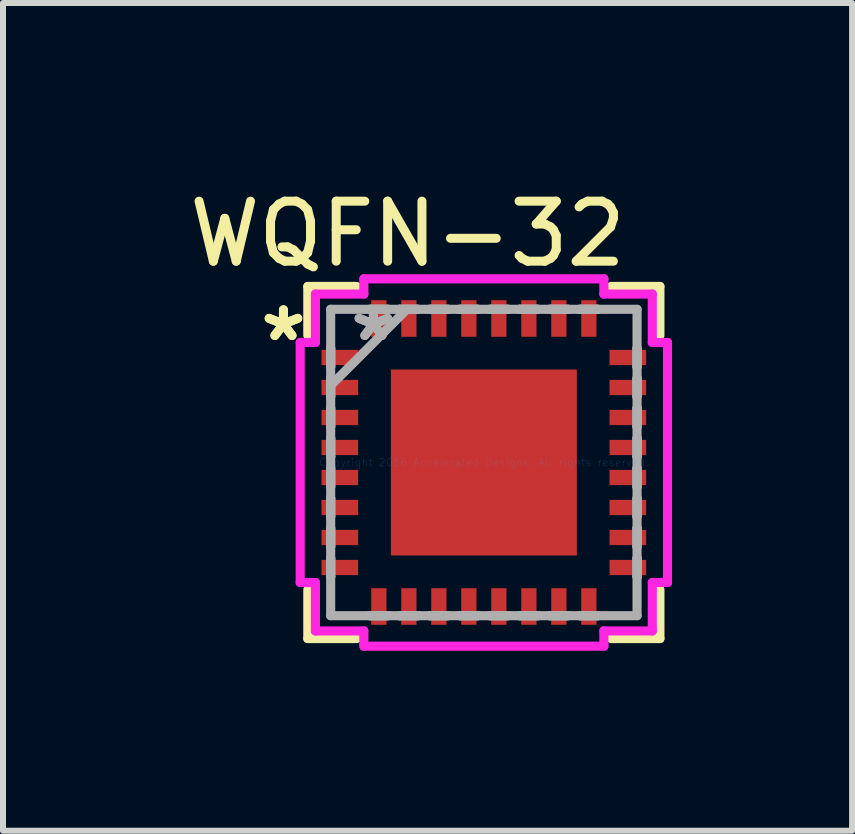
<source format=kicad_pcb>
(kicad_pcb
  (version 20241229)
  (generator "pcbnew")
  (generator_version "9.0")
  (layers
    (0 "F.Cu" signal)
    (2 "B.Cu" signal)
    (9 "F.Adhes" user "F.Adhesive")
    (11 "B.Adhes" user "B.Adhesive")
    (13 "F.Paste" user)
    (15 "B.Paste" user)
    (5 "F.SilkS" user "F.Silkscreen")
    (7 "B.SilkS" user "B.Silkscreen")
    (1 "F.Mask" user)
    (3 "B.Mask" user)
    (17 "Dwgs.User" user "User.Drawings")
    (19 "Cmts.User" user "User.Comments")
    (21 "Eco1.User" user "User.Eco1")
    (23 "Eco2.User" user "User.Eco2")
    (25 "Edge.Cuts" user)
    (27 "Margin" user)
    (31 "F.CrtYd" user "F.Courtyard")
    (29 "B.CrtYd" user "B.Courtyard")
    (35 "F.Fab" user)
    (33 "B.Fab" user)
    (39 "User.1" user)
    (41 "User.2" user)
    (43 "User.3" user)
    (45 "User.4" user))
  (footprint "WQFN-32"
    (layer "F.Cu")
    (at 5.014 4.658)
    (property "Reference" "WQFN-32" (at -1.27 -3.81 0) (layer "F.SilkS") (effects (font (size 1 1) (thickness 0.15))))
    (attr smd)
    (fp_line (start -2.934 -2.934) (end -2.934 -2.119) (stroke (width 0.152) (type solid)) (layer "F.SilkS"))
    (fp_line (start -2.934 2.119) (end -2.934 2.934) (stroke (width 0.152) (type solid)) (layer "F.SilkS"))
    (fp_line (start -2.934 2.934) (end -2.119 2.934) (stroke (width 0.152) (type solid)) (layer "F.SilkS"))
    (fp_line (start -2.119 -2.934) (end -2.934 -2.934) (stroke (width 0.152) (type solid)) (layer "F.SilkS"))
    (fp_line (start 2.119 2.934) (end 2.934 2.934) (stroke (width 0.152) (type solid)) (layer "F.SilkS"))
    (fp_line (start 2.934 -2.934) (end 2.119 -2.934) (stroke (width 0.152) (type solid)) (layer "F.SilkS"))
    (fp_line (start 2.934 -2.119) (end 2.934 -2.934) (stroke (width 0.152) (type solid)) (layer "F.SilkS"))
    (fp_line (start 2.934 2.934) (end 2.934 2.119) (stroke (width 0.152) (type solid)) (layer "F.SilkS"))
    (fp_line (start -2.908 -1.877) (end -2.908 -1.623) (stroke (width 0.152) (type solid)) (layer "F.Paste"))
    (fp_line (start -2.908 -1.623) (end -2.299 -1.623) (stroke (width 0.152) (type solid)) (layer "F.Paste"))
    (fp_line (start -2.908 -1.377) (end -2.908 -1.123) (stroke (width 0.152) (type solid)) (layer "F.Paste"))
    (fp_line (start -2.908 -1.123) (end -2.299 -1.123) (stroke (width 0.152) (type solid)) (layer "F.Paste"))
    (fp_line (start -2.908 -0.877) (end -2.908 -0.623) (stroke (width 0.152) (type solid)) (layer "F.Paste"))
    (fp_line (start -2.908 -0.623) (end -2.299 -0.623) (stroke (width 0.152) (type solid)) (layer "F.Paste"))
    (fp_line (start -2.908 -0.377) (end -2.908 -0.123) (stroke (width 0.152) (type solid)) (layer "F.Paste"))
    (fp_line (start -2.908 -0.123) (end -2.299 -0.123) (stroke (width 0.152) (type solid)) (layer "F.Paste"))
    (fp_line (start -2.908 0.123) (end -2.908 0.377) (stroke (width 0.152) (type solid)) (layer "F.Paste"))
    (fp_line (start -2.908 0.377) (end -2.299 0.377) (stroke (width 0.152) (type solid)) (layer "F.Paste"))
    (fp_line (start -2.908 0.623) (end -2.908 0.877) (stroke (width 0.152) (type solid)) (layer "F.Paste"))
    (fp_line (start -2.908 0.877) (end -2.299 0.877) (stroke (width 0.152) (type solid)) (layer "F.Paste"))
    (fp_line (start -2.908 1.123) (end -2.908 1.377) (stroke (width 0.152) (type solid)) (layer "F.Paste"))
    (fp_line (start -2.908 1.377) (end -2.299 1.377) (stroke (width 0.152) (type solid)) (layer "F.Paste"))
    (fp_line (start -2.908 1.623) (end -2.908 1.877) (stroke (width 0.152) (type solid)) (layer "F.Paste"))
    (fp_line (start -2.908 1.877) (end -2.299 1.877) (stroke (width 0.152) (type solid)) (layer "F.Paste"))
    (fp_line (start -2.299 -1.877) (end -2.908 -1.877) (stroke (width 0.152) (type solid)) (layer "F.Paste"))
    (fp_line (start -2.299 -1.623) (end -2.299 -1.877) (stroke (width 0.152) (type solid)) (layer "F.Paste"))
    (fp_line (start -2.299 -1.377) (end -2.908 -1.377) (stroke (width 0.152) (type solid)) (layer "F.Paste"))
    (fp_line (start -2.299 -1.123) (end -2.299 -1.377) (stroke (width 0.152) (type solid)) (layer "F.Paste"))
    (fp_line (start -2.299 -0.877) (end -2.908 -0.877) (stroke (width 0.152) (type solid)) (layer "F.Paste"))
    (fp_line (start -2.299 -0.623) (end -2.299 -0.877) (stroke (width 0.152) (type solid)) (layer "F.Paste"))
    (fp_line (start -2.299 -0.377) (end -2.908 -0.377) (stroke (width 0.152) (type solid)) (layer "F.Paste"))
    (fp_line (start -2.299 -0.123) (end -2.299 -0.377) (stroke (width 0.152) (type solid)) (layer "F.Paste"))
    (fp_line (start -2.299 0.123) (end -2.908 0.123) (stroke (width 0.152) (type solid)) (layer "F.Paste"))
    (fp_line (start -2.299 0.377) (end -2.299 0.123) (stroke (width 0.152) (type solid)) (layer "F.Paste"))
    (fp_line (start -2.299 0.623) (end -2.908 0.623) (stroke (width 0.152) (type solid)) (layer "F.Paste"))
    (fp_line (start -2.299 0.877) (end -2.299 0.623) (stroke (width 0.152) (type solid)) (layer "F.Paste"))
    (fp_line (start -2.299 1.123) (end -2.908 1.123) (stroke (width 0.152) (type solid)) (layer "F.Paste"))
    (fp_line (start -2.299 1.377) (end -2.299 1.123) (stroke (width 0.152) (type solid)) (layer "F.Paste"))
    (fp_line (start -2.299 1.623) (end -2.908 1.623) (stroke (width 0.152) (type solid)) (layer "F.Paste"))
    (fp_line (start -2.299 1.877) (end -2.299 1.623) (stroke (width 0.152) (type solid)) (layer "F.Paste"))
    (fp_line (start -1.877 -2.908) (end -1.877 -2.299) (stroke (width 0.152) (type solid)) (layer "F.Paste"))
    (fp_line (start -1.877 -2.299) (end -1.623 -2.299) (stroke (width 0.152) (type solid)) (layer "F.Paste"))
    (fp_line (start -1.877 2.299) (end -1.877 2.908) (stroke (width 0.152) (type solid)) (layer "F.Paste"))
    (fp_line (start -1.877 2.908) (end -1.623 2.908) (stroke (width 0.152) (type solid)) (layer "F.Paste"))
    (fp_line (start -1.623 -2.908) (end -1.877 -2.908) (stroke (width 0.152) (type solid)) (layer "F.Paste"))
    (fp_line (start -1.623 -2.299) (end -1.623 -2.908) (stroke (width 0.152) (type solid)) (layer "F.Paste"))
    (fp_line (start -1.623 2.299) (end -1.877 2.299) (stroke (width 0.152) (type solid)) (layer "F.Paste"))
    (fp_line (start -1.623 2.908) (end -1.623 2.299) (stroke (width 0.152) (type solid)) (layer "F.Paste"))
    (fp_line (start -1.395 -1.395) (end -1.395 -0.1) (stroke (width 0.152) (type solid)) (layer "F.Paste"))
    (fp_line (start -1.395 -0.1) (end -0.1 -0.1) (stroke (width 0.152) (type solid)) (layer "F.Paste"))
    (fp_line (start -1.395 0.1) (end -1.395 1.395) (stroke (width 0.152) (type solid)) (layer "F.Paste"))
    (fp_line (start -1.395 1.395) (end -0.1 1.395) (stroke (width 0.152) (type solid)) (layer "F.Paste"))
    (fp_line (start -1.377 -2.908) (end -1.377 -2.299) (stroke (width 0.152) (type solid)) (layer "F.Paste"))
    (fp_line (start -1.377 -2.299) (end -1.123 -2.299) (stroke (width 0.152) (type solid)) (layer "F.Paste"))
    (fp_line (start -1.377 2.299) (end -1.377 2.908) (stroke (width 0.152) (type solid)) (layer "F.Paste"))
    (fp_line (start -1.377 2.908) (end -1.123 2.908) (stroke (width 0.152) (type solid)) (layer "F.Paste"))
    (fp_line (start -1.123 -2.908) (end -1.377 -2.908) (stroke (width 0.152) (type solid)) (layer "F.Paste"))
    (fp_line (start -1.123 -2.299) (end -1.123 -2.908) (stroke (width 0.152) (type solid)) (layer "F.Paste"))
    (fp_line (start -1.123 2.299) (end -1.377 2.299) (stroke (width 0.152) (type solid)) (layer "F.Paste"))
    (fp_line (start -1.123 2.908) (end -1.123 2.299) (stroke (width 0.152) (type solid)) (layer "F.Paste"))
    (fp_line (start -0.877 -2.908) (end -0.877 -2.299) (stroke (width 0.152) (type solid)) (layer "F.Paste"))
    (fp_line (start -0.877 -2.299) (end -0.623 -2.299) (stroke (width 0.152) (type solid)) (layer "F.Paste"))
    (fp_line (start -0.877 2.299) (end -0.877 2.908) (stroke (width 0.152) (type solid)) (layer "F.Paste"))
    (fp_line (start -0.877 2.908) (end -0.623 2.908) (stroke (width 0.152) (type solid)) (layer "F.Paste"))
    (fp_line (start -0.623 -2.908) (end -0.877 -2.908) (stroke (width 0.152) (type solid)) (layer "F.Paste"))
    (fp_line (start -0.623 -2.299) (end -0.623 -2.908) (stroke (width 0.152) (type solid)) (layer "F.Paste"))
    (fp_line (start -0.623 2.299) (end -0.877 2.299) (stroke (width 0.152) (type solid)) (layer "F.Paste"))
    (fp_line (start -0.623 2.908) (end -0.623 2.299) (stroke (width 0.152) (type solid)) (layer "F.Paste"))
    (fp_line (start -0.377 -2.908) (end -0.377 -2.299) (stroke (width 0.152) (type solid)) (layer "F.Paste"))
    (fp_line (start -0.377 -2.299) (end -0.123 -2.299) (stroke (width 0.152) (type solid)) (layer "F.Paste"))
    (fp_line (start -0.377 2.299) (end -0.377 2.908) (stroke (width 0.152) (type solid)) (layer "F.Paste"))
    (fp_line (start -0.377 2.908) (end -0.123 2.908) (stroke (width 0.152) (type solid)) (layer "F.Paste"))
    (fp_line (start -0.123 -2.908) (end -0.377 -2.908) (stroke (width 0.152) (type solid)) (layer "F.Paste"))
    (fp_line (start -0.123 -2.299) (end -0.123 -2.908) (stroke (width 0.152) (type solid)) (layer "F.Paste"))
    (fp_line (start -0.123 2.299) (end -0.377 2.299) (stroke (width 0.152) (type solid)) (layer "F.Paste"))
    (fp_line (start -0.123 2.908) (end -0.123 2.299) (stroke (width 0.152) (type solid)) (layer "F.Paste"))
    (fp_line (start -0.1 -1.395) (end -1.395 -1.395) (stroke (width 0.152) (type solid)) (layer "F.Paste"))
    (fp_line (start -0.1 -0.1) (end -0.1 -1.395) (stroke (width 0.152) (type solid)) (layer "F.Paste"))
    (fp_line (start -0.1 0.1) (end -1.395 0.1) (stroke (width 0.152) (type solid)) (layer "F.Paste"))
    (fp_line (start -0.1 1.395) (end -0.1 0.1) (stroke (width 0.152) (type solid)) (layer "F.Paste"))
    (fp_line (start 0.1 -1.395) (end 0.1 -0.1) (stroke (width 0.152) (type solid)) (layer "F.Paste"))
    (fp_line (start 0.1 -0.1) (end 1.395 -0.1) (stroke (width 0.152) (type solid)) (layer "F.Paste"))
    (fp_line (start 0.1 0.1) (end 0.1 1.395) (stroke (width 0.152) (type solid)) (layer "F.Paste"))
    (fp_line (start 0.1 1.395) (end 1.395 1.395) (stroke (width 0.152) (type solid)) (layer "F.Paste"))
    (fp_line (start 0.123 -2.908) (end 0.123 -2.299) (stroke (width 0.152) (type solid)) (layer "F.Paste"))
    (fp_line (start 0.123 -2.299) (end 0.377 -2.299) (stroke (width 0.152) (type solid)) (layer "F.Paste"))
    (fp_line (start 0.123 2.299) (end 0.123 2.908) (stroke (width 0.152) (type solid)) (layer "F.Paste"))
    (fp_line (start 0.123 2.908) (end 0.377 2.908) (stroke (width 0.152) (type solid)) (layer "F.Paste"))
    (fp_line (start 0.377 -2.908) (end 0.123 -2.908) (stroke (width 0.152) (type solid)) (layer "F.Paste"))
    (fp_line (start 0.377 -2.299) (end 0.377 -2.908) (stroke (width 0.152) (type solid)) (layer "F.Paste"))
    (fp_line (start 0.377 2.299) (end 0.123 2.299) (stroke (width 0.152) (type solid)) (layer "F.Paste"))
    (fp_line (start 0.377 2.908) (end 0.377 2.299) (stroke (width 0.152) (type solid)) (layer "F.Paste"))
    (fp_line (start 0.623 -2.908) (end 0.623 -2.299) (stroke (width 0.152) (type solid)) (layer "F.Paste"))
    (fp_line (start 0.623 -2.299) (end 0.877 -2.299) (stroke (width 0.152) (type solid)) (layer "F.Paste"))
    (fp_line (start 0.623 2.299) (end 0.623 2.908) (stroke (width 0.152) (type solid)) (layer "F.Paste"))
    (fp_line (start 0.623 2.908) (end 0.877 2.908) (stroke (width 0.152) (type solid)) (layer "F.Paste"))
    (fp_line (start 0.877 -2.908) (end 0.623 -2.908) (stroke (width 0.152) (type solid)) (layer "F.Paste"))
    (fp_line (start 0.877 -2.299) (end 0.877 -2.908) (stroke (width 0.152) (type solid)) (layer "F.Paste"))
    (fp_line (start 0.877 2.299) (end 0.623 2.299) (stroke (width 0.152) (type solid)) (layer "F.Paste"))
    (fp_line (start 0.877 2.908) (end 0.877 2.299) (stroke (width 0.152) (type solid)) (layer "F.Paste"))
    (fp_line (start 1.123 -2.908) (end 1.123 -2.299) (stroke (width 0.152) (type solid)) (layer "F.Paste"))
    (fp_line (start 1.123 -2.299) (end 1.377 -2.299) (stroke (width 0.152) (type solid)) (layer "F.Paste"))
    (fp_line (start 1.123 2.299) (end 1.123 2.908) (stroke (width 0.152) (type solid)) (layer "F.Paste"))
    (fp_line (start 1.123 2.908) (end 1.377 2.908) (stroke (width 0.152) (type solid)) (layer "F.Paste"))
    (fp_line (start 1.377 -2.908) (end 1.123 -2.908) (stroke (width 0.152) (type solid)) (layer "F.Paste"))
    (fp_line (start 1.377 -2.299) (end 1.377 -2.908) (stroke (width 0.152) (type solid)) (layer "F.Paste"))
    (fp_line (start 1.377 2.299) (end 1.123 2.299) (stroke (width 0.152) (type solid)) (layer "F.Paste"))
    (fp_line (start 1.377 2.908) (end 1.377 2.299) (stroke (width 0.152) (type solid)) (layer "F.Paste"))
    (fp_line (start 1.395 -1.395) (end 0.1 -1.395) (stroke (width 0.152) (type solid)) (layer "F.Paste"))
    (fp_line (start 1.395 -0.1) (end 1.395 -1.395) (stroke (width 0.152) (type solid)) (layer "F.Paste"))
    (fp_line (start 1.395 0.1) (end 0.1 0.1) (stroke (width 0.152) (type solid)) (layer "F.Paste"))
    (fp_line (start 1.395 1.395) (end 1.395 0.1) (stroke (width 0.152) (type solid)) (layer "F.Paste"))
    (fp_line (start 1.623 -2.908) (end 1.623 -2.299) (stroke (width 0.152) (type solid)) (layer "F.Paste"))
    (fp_line (start 1.623 -2.299) (end 1.877 -2.299) (stroke (width 0.152) (type solid)) (layer "F.Paste"))
    (fp_line (start 1.623 2.299) (end 1.623 2.908) (stroke (width 0.152) (type solid)) (layer "F.Paste"))
    (fp_line (start 1.623 2.908) (end 1.877 2.908) (stroke (width 0.152) (type solid)) (layer "F.Paste"))
    (fp_line (start 1.877 -2.908) (end 1.623 -2.908) (stroke (width 0.152) (type solid)) (layer "F.Paste"))
    (fp_line (start 1.877 -2.299) (end 1.877 -2.908) (stroke (width 0.152) (type solid)) (layer "F.Paste"))
    (fp_line (start 1.877 2.299) (end 1.623 2.299) (stroke (width 0.152) (type solid)) (layer "F.Paste"))
    (fp_line (start 1.877 2.908) (end 1.877 2.299) (stroke (width 0.152) (type solid)) (layer "F.Paste"))
    (fp_line (start 2.299 -1.877) (end 2.299 -1.623) (stroke (width 0.152) (type solid)) (layer "F.Paste"))
    (fp_line (start 2.299 -1.623) (end 2.908 -1.623) (stroke (width 0.152) (type solid)) (layer "F.Paste"))
    (fp_line (start 2.299 -1.377) (end 2.299 -1.123) (stroke (width 0.152) (type solid)) (layer "F.Paste"))
    (fp_line (start 2.299 -1.123) (end 2.908 -1.123) (stroke (width 0.152) (type solid)) (layer "F.Paste"))
    (fp_line (start 2.299 -0.877) (end 2.299 -0.623) (stroke (width 0.152) (type solid)) (layer "F.Paste"))
    (fp_line (start 2.299 -0.623) (end 2.908 -0.623) (stroke (width 0.152) (type solid)) (layer "F.Paste"))
    (fp_line (start 2.299 -0.377) (end 2.299 -0.123) (stroke (width 0.152) (type solid)) (layer "F.Paste"))
    (fp_line (start 2.299 -0.123) (end 2.908 -0.123) (stroke (width 0.152) (type solid)) (layer "F.Paste"))
    (fp_line (start 2.299 0.123) (end 2.299 0.377) (stroke (width 0.152) (type solid)) (layer "F.Paste"))
    (fp_line (start 2.299 0.377) (end 2.908 0.377) (stroke (width 0.152) (type solid)) (layer "F.Paste"))
    (fp_line (start 2.299 0.623) (end 2.299 0.877) (stroke (width 0.152) (type solid)) (layer "F.Paste"))
    (fp_line (start 2.299 0.877) (end 2.908 0.877) (stroke (width 0.152) (type solid)) (layer "F.Paste"))
    (fp_line (start 2.299 1.123) (end 2.299 1.377) (stroke (width 0.152) (type solid)) (layer "F.Paste"))
    (fp_line (start 2.299 1.377) (end 2.908 1.377) (stroke (width 0.152) (type solid)) (layer "F.Paste"))
    (fp_line (start 2.299 1.623) (end 2.299 1.877) (stroke (width 0.152) (type solid)) (layer "F.Paste"))
    (fp_line (start 2.299 1.877) (end 2.908 1.877) (stroke (width 0.152) (type solid)) (layer "F.Paste"))
    (fp_line (start 2.908 -1.877) (end 2.299 -1.877) (stroke (width 0.152) (type solid)) (layer "F.Paste"))
    (fp_line (start 2.908 -1.623) (end 2.908 -1.877) (stroke (width 0.152) (type solid)) (layer "F.Paste"))
    (fp_line (start 2.908 -1.377) (end 2.299 -1.377) (stroke (width 0.152) (type solid)) (layer "F.Paste"))
    (fp_line (start 2.908 -1.123) (end 2.908 -1.377) (stroke (width 0.152) (type solid)) (layer "F.Paste"))
    (fp_line (start 2.908 -0.877) (end 2.299 -0.877) (stroke (width 0.152) (type solid)) (layer "F.Paste"))
    (fp_line (start 2.908 -0.623) (end 2.908 -0.877) (stroke (width 0.152) (type solid)) (layer "F.Paste"))
    (fp_line (start 2.908 -0.377) (end 2.299 -0.377) (stroke (width 0.152) (type solid)) (layer "F.Paste"))
    (fp_line (start 2.908 -0.123) (end 2.908 -0.377) (stroke (width 0.152) (type solid)) (layer "F.Paste"))
    (fp_line (start 2.908 0.123) (end 2.299 0.123) (stroke (width 0.152) (type solid)) (layer "F.Paste"))
    (fp_line (start 2.908 0.377) (end 2.908 0.123) (stroke (width 0.152) (type solid)) (layer "F.Paste"))
    (fp_line (start 2.908 0.623) (end 2.299 0.623) (stroke (width 0.152) (type solid)) (layer "F.Paste"))
    (fp_line (start 2.908 0.877) (end 2.908 0.623) (stroke (width 0.152) (type solid)) (layer "F.Paste"))
    (fp_line (start 2.908 1.123) (end 2.299 1.123) (stroke (width 0.152) (type solid)) (layer "F.Paste"))
    (fp_line (start 2.908 1.377) (end 2.908 1.123) (stroke (width 0.152) (type solid)) (layer "F.Paste"))
    (fp_line (start 2.908 1.623) (end 2.299 1.623) (stroke (width 0.152) (type solid)) (layer "F.Paste"))
    (fp_line (start 2.908 1.877) (end 2.908 1.623) (stroke (width 0.152) (type solid)) (layer "F.Paste"))
    (fp_line (start -3.061 -2) (end -2.807 -2) (stroke (width 0.152) (type solid)) (layer "F.CrtYd"))
    (fp_line (start -3.061 2) (end -3.061 -2) (stroke (width 0.152) (type solid)) (layer "F.CrtYd"))
    (fp_line (start -2.807 -2.807) (end -2 -2.807) (stroke (width 0.152) (type solid)) (layer "F.CrtYd"))
    (fp_line (start -2.807 -2) (end -2.807 -2.807) (stroke (width 0.152) (type solid)) (layer "F.CrtYd"))
    (fp_line (start -2.807 2) (end -3.061 2) (stroke (width 0.152) (type solid)) (layer "F.CrtYd"))
    (fp_line (start -2.807 2.807) (end -2.807 2) (stroke (width 0.152) (type solid)) (layer "F.CrtYd"))
    (fp_line (start -2 -3.061) (end 2 -3.061) (stroke (width 0.152) (type solid)) (layer "F.CrtYd"))
    (fp_line (start -2 -2.807) (end -2 -3.061) (stroke (width 0.152) (type solid)) (layer "F.CrtYd"))
    (fp_line (start -2 2.807) (end -2.807 2.807) (stroke (width 0.152) (type solid)) (layer "F.CrtYd"))
    (fp_line (start -2 3.061) (end -2 2.807) (stroke (width 0.152) (type solid)) (layer "F.CrtYd"))
    (fp_line (start 2 -3.061) (end 2 -2.807) (stroke (width 0.152) (type solid)) (layer "F.CrtYd"))
    (fp_line (start 2 -2.807) (end 2.807 -2.807) (stroke (width 0.152) (type solid)) (layer "F.CrtYd"))
    (fp_line (start 2 2.807) (end 2 3.061) (stroke (width 0.152) (type solid)) (layer "F.CrtYd"))
    (fp_line (start 2 3.061) (end -2 3.061) (stroke (width 0.152) (type solid)) (layer "F.CrtYd"))
    (fp_line (start 2.807 -2.807) (end 2.807 -2) (stroke (width 0.152) (type solid)) (layer "F.CrtYd"))
    (fp_line (start 2.807 -2) (end 3.061 -2) (stroke (width 0.152) (type solid)) (layer "F.CrtYd"))
    (fp_line (start 2.807 2) (end 2.807 2.807) (stroke (width 0.152) (type solid)) (layer "F.CrtYd"))
    (fp_line (start 2.807 2.807) (end 2 2.807) (stroke (width 0.152) (type solid)) (layer "F.CrtYd"))
    (fp_line (start 3.061 -2) (end 3.061 2) (stroke (width 0.152) (type solid)) (layer "F.CrtYd"))
    (fp_line (start 3.061 2) (end 2.807 2) (stroke (width 0.152) (type solid)) (layer "F.CrtYd"))
    (fp_line (start -2.553 -2.553) (end -2.553 2.553) (stroke (width 0.152) (type solid)) (layer "F.Fab"))
    (fp_line (start -2.553 -1.902) (end -2.553 -1.902) (stroke (width 0.152) (type solid)) (layer "F.Fab"))
    (fp_line (start -2.553 -1.902) (end -2.553 -1.598) (stroke (width 0.152) (type solid)) (layer "F.Fab"))
    (fp_line (start -2.553 -1.598) (end -2.553 -1.902) (stroke (width 0.152) (type solid)) (layer "F.Fab"))
    (fp_line (start -2.553 -1.598) (end -2.553 -1.598) (stroke (width 0.152) (type solid)) (layer "F.Fab"))
    (fp_line (start -2.553 -1.402) (end -2.553 -1.402) (stroke (width 0.152) (type solid)) (layer "F.Fab"))
    (fp_line (start -2.553 -1.402) (end -2.553 -1.098) (stroke (width 0.152) (type solid)) (layer "F.Fab"))
    (fp_line (start -2.553 -1.283) (end -1.283 -2.553) (stroke (width 0.152) (type solid)) (layer "F.Fab"))
    (fp_line (start -2.553 -1.098) (end -2.553 -1.402) (stroke (width 0.152) (type solid)) (layer "F.Fab"))
    (fp_line (start -2.553 -1.098) (end -2.553 -1.098) (stroke (width 0.152) (type solid)) (layer "F.Fab"))
    (fp_line (start -2.553 -0.902) (end -2.553 -0.902) (stroke (width 0.152) (type solid)) (layer "F.Fab"))
    (fp_line (start -2.553 -0.902) (end -2.553 -0.598) (stroke (width 0.152) (type solid)) (layer "F.Fab"))
    (fp_line (start -2.553 -0.598) (end -2.553 -0.902) (stroke (width 0.152) (type solid)) (layer "F.Fab"))
    (fp_line (start -2.553 -0.598) (end -2.553 -0.598) (stroke (width 0.152) (type solid)) (layer "F.Fab"))
    (fp_line (start -2.553 -0.402) (end -2.553 -0.402) (stroke (width 0.152) (type solid)) (layer "F.Fab"))
    (fp_line (start -2.553 -0.402) (end -2.553 -0.098) (stroke (width 0.152) (type solid)) (layer "F.Fab"))
    (fp_line (start -2.553 -0.098) (end -2.553 -0.402) (stroke (width 0.152) (type solid)) (layer "F.Fab"))
    (fp_line (start -2.553 -0.098) (end -2.553 -0.098) (stroke (width 0.152) (type solid)) (layer "F.Fab"))
    (fp_line (start -2.553 0.098) (end -2.553 0.098) (stroke (width 0.152) (type solid)) (layer "F.Fab"))
    (fp_line (start -2.553 0.098) (end -2.553 0.402) (stroke (width 0.152) (type solid)) (layer "F.Fab"))
    (fp_line (start -2.553 0.402) (end -2.553 0.098) (stroke (width 0.152) (type solid)) (layer "F.Fab"))
    (fp_line (start -2.553 0.402) (end -2.553 0.402) (stroke (width 0.152) (type solid)) (layer "F.Fab"))
    (fp_line (start -2.553 0.598) (end -2.553 0.598) (stroke (width 0.152) (type solid)) (layer "F.Fab"))
    (fp_line (start -2.553 0.598) (end -2.553 0.902) (stroke (width 0.152) (type solid)) (layer "F.Fab"))
    (fp_line (start -2.553 0.902) (end -2.553 0.598) (stroke (width 0.152) (type solid)) (layer "F.Fab"))
    (fp_line (start -2.553 0.902) (end -2.553 0.902) (stroke (width 0.152) (type solid)) (layer "F.Fab"))
    (fp_line (start -2.553 1.098) (end -2.553 1.098) (stroke (width 0.152) (type solid)) (layer "F.Fab"))
    (fp_line (start -2.553 1.098) (end -2.553 1.402) (stroke (width 0.152) (type solid)) (layer "F.Fab"))
    (fp_line (start -2.553 1.402) (end -2.553 1.098) (stroke (width 0.152) (type solid)) (layer "F.Fab"))
    (fp_line (start -2.553 1.402) (end -2.553 1.402) (stroke (width 0.152) (type solid)) (layer "F.Fab"))
    (fp_line (start -2.553 1.598) (end -2.553 1.598) (stroke (width 0.152) (type solid)) (layer "F.Fab"))
    (fp_line (start -2.553 1.598) (end -2.553 1.902) (stroke (width 0.152) (type solid)) (layer "F.Fab"))
    (fp_line (start -2.553 1.902) (end -2.553 1.598) (stroke (width 0.152) (type solid)) (layer "F.Fab"))
    (fp_line (start -2.553 1.902) (end -2.553 1.902) (stroke (width 0.152) (type solid)) (layer "F.Fab"))
    (fp_line (start -2.553 2.553) (end 2.553 2.553) (stroke (width 0.152) (type solid)) (layer "F.Fab"))
    (fp_line (start -1.902 -2.553) (end -1.902 -2.553) (stroke (width 0.152) (type solid)) (layer "F.Fab"))
    (fp_line (start -1.902 -2.553) (end -1.598 -2.553) (stroke (width 0.152) (type solid)) (layer "F.Fab"))
    (fp_line (start -1.902 2.553) (end -1.902 2.553) (stroke (width 0.152) (type solid)) (layer "F.Fab"))
    (fp_line (start -1.902 2.553) (end -1.598 2.553) (stroke (width 0.152) (type solid)) (layer "F.Fab"))
    (fp_line (start -1.598 -2.553) (end -1.902 -2.553) (stroke (width 0.152) (type solid)) (layer "F.Fab"))
    (fp_line (start -1.598 -2.553) (end -1.598 -2.553) (stroke (width 0.152) (type solid)) (layer "F.Fab"))
    (fp_line (start -1.598 2.553) (end -1.902 2.553) (stroke (width 0.152) (type solid)) (layer "F.Fab"))
    (fp_line (start -1.598 2.553) (end -1.598 2.553) (stroke (width 0.152) (type solid)) (layer "F.Fab"))
    (fp_line (start -1.402 -2.553) (end -1.402 -2.553) (stroke (width 0.152) (type solid)) (layer "F.Fab"))
    (fp_line (start -1.402 -2.553) (end -1.098 -2.553) (stroke (width 0.152) (type solid)) (layer "F.Fab"))
    (fp_line (start -1.402 2.553) (end -1.402 2.553) (stroke (width 0.152) (type solid)) (layer "F.Fab"))
    (fp_line (start -1.402 2.553) (end -1.098 2.553) (stroke (width 0.152) (type solid)) (layer "F.Fab"))
    (fp_line (start -1.098 -2.553) (end -1.402 -2.553) (stroke (width 0.152) (type solid)) (layer "F.Fab"))
    (fp_line (start -1.098 -2.553) (end -1.098 -2.553) (stroke (width 0.152) (type solid)) (layer "F.Fab"))
    (fp_line (start -1.098 2.553) (end -1.402 2.553) (stroke (width 0.152) (type solid)) (layer "F.Fab"))
    (fp_line (start -1.098 2.553) (end -1.098 2.553) (stroke (width 0.152) (type solid)) (layer "F.Fab"))
    (fp_line (start -0.902 -2.553) (end -0.902 -2.553) (stroke (width 0.152) (type solid)) (layer "F.Fab"))
    (fp_line (start -0.902 -2.553) (end -0.598 -2.553) (stroke (width 0.152) (type solid)) (layer "F.Fab"))
    (fp_line (start -0.902 2.553) (end -0.902 2.553) (stroke (width 0.152) (type solid)) (layer "F.Fab"))
    (fp_line (start -0.902 2.553) (end -0.598 2.553) (stroke (width 0.152) (type solid)) (layer "F.Fab"))
    (fp_line (start -0.598 -2.553) (end -0.902 -2.553) (stroke (width 0.152) (type solid)) (layer "F.Fab"))
    (fp_line (start -0.598 -2.553) (end -0.598 -2.553) (stroke (width 0.152) (type solid)) (layer "F.Fab"))
    (fp_line (start -0.598 2.553) (end -0.902 2.553) (stroke (width 0.152) (type solid)) (layer "F.Fab"))
    (fp_line (start -0.598 2.553) (end -0.598 2.553) (stroke (width 0.152) (type solid)) (layer "F.Fab"))
    (fp_line (start -0.402 -2.553) (end -0.402 -2.553) (stroke (width 0.152) (type solid)) (layer "F.Fab"))
    (fp_line (start -0.402 -2.553) (end -0.098 -2.553) (stroke (width 0.152) (type solid)) (layer "F.Fab"))
    (fp_line (start -0.402 2.553) (end -0.402 2.553) (stroke (width 0.152) (type solid)) (layer "F.Fab"))
    (fp_line (start -0.402 2.553) (end -0.098 2.553) (stroke (width 0.152) (type solid)) (layer "F.Fab"))
    (fp_line (start -0.098 -2.553) (end -0.402 -2.553) (stroke (width 0.152) (type solid)) (layer "F.Fab"))
    (fp_line (start -0.098 -2.553) (end -0.098 -2.553) (stroke (width 0.152) (type solid)) (layer "F.Fab"))
    (fp_line (start -0.098 2.553) (end -0.402 2.553) (stroke (width 0.152) (type solid)) (layer "F.Fab"))
    (fp_line (start -0.098 2.553) (end -0.098 2.553) (stroke (width 0.152) (type solid)) (layer "F.Fab"))
    (fp_line (start 0.098 -2.553) (end 0.098 -2.553) (stroke (width 0.152) (type solid)) (layer "F.Fab"))
    (fp_line (start 0.098 -2.553) (end 0.402 -2.553) (stroke (width 0.152) (type solid)) (layer "F.Fab"))
    (fp_line (start 0.098 2.553) (end 0.098 2.553) (stroke (width 0.152) (type solid)) (layer "F.Fab"))
    (fp_line (start 0.098 2.553) (end 0.402 2.553) (stroke (width 0.152) (type solid)) (layer "F.Fab"))
    (fp_line (start 0.402 -2.553) (end 0.098 -2.553) (stroke (width 0.152) (type solid)) (layer "F.Fab"))
    (fp_line (start 0.402 -2.553) (end 0.402 -2.553) (stroke (width 0.152) (type solid)) (layer "F.Fab"))
    (fp_line (start 0.402 2.553) (end 0.098 2.553) (stroke (width 0.152) (type solid)) (layer "F.Fab"))
    (fp_line (start 0.402 2.553) (end 0.402 2.553) (stroke (width 0.152) (type solid)) (layer "F.Fab"))
    (fp_line (start 0.598 -2.553) (end 0.598 -2.553) (stroke (width 0.152) (type solid)) (layer "F.Fab"))
    (fp_line (start 0.598 -2.553) (end 0.902 -2.553) (stroke (width 0.152) (type solid)) (layer "F.Fab"))
    (fp_line (start 0.598 2.553) (end 0.598 2.553) (stroke (width 0.152) (type solid)) (layer "F.Fab"))
    (fp_line (start 0.598 2.553) (end 0.902 2.553) (stroke (width 0.152) (type solid)) (layer "F.Fab"))
    (fp_line (start 0.902 -2.553) (end 0.598 -2.553) (stroke (width 0.152) (type solid)) (layer "F.Fab"))
    (fp_line (start 0.902 -2.553) (end 0.902 -2.553) (stroke (width 0.152) (type solid)) (layer "F.Fab"))
    (fp_line (start 0.902 2.553) (end 0.598 2.553) (stroke (width 0.152) (type solid)) (layer "F.Fab"))
    (fp_line (start 0.902 2.553) (end 0.902 2.553) (stroke (width 0.152) (type solid)) (layer "F.Fab"))
    (fp_line (start 1.098 -2.553) (end 1.098 -2.553) (stroke (width 0.152) (type solid)) (layer "F.Fab"))
    (fp_line (start 1.098 -2.553) (end 1.402 -2.553) (stroke (width 0.152) (type solid)) (layer "F.Fab"))
    (fp_line (start 1.098 2.553) (end 1.098 2.553) (stroke (width 0.152) (type solid)) (layer "F.Fab"))
    (fp_line (start 1.098 2.553) (end 1.402 2.553) (stroke (width 0.152) (type solid)) (layer "F.Fab"))
    (fp_line (start 1.402 -2.553) (end 1.098 -2.553) (stroke (width 0.152) (type solid)) (layer "F.Fab"))
    (fp_line (start 1.402 -2.553) (end 1.402 -2.553) (stroke (width 0.152) (type solid)) (layer "F.Fab"))
    (fp_line (start 1.402 2.553) (end 1.098 2.553) (stroke (width 0.152) (type solid)) (layer "F.Fab"))
    (fp_line (start 1.402 2.553) (end 1.402 2.553) (stroke (width 0.152) (type solid)) (layer "F.Fab"))
    (fp_line (start 1.598 -2.553) (end 1.598 -2.553) (stroke (width 0.152) (type solid)) (layer "F.Fab"))
    (fp_line (start 1.598 -2.553) (end 1.902 -2.553) (stroke (width 0.152) (type solid)) (layer "F.Fab"))
    (fp_line (start 1.598 2.553) (end 1.598 2.553) (stroke (width 0.152) (type solid)) (layer "F.Fab"))
    (fp_line (start 1.598 2.553) (end 1.902 2.553) (stroke (width 0.152) (type solid)) (layer "F.Fab"))
    (fp_line (start 1.902 -2.553) (end 1.598 -2.553) (stroke (width 0.152) (type solid)) (layer "F.Fab"))
    (fp_line (start 1.902 -2.553) (end 1.902 -2.553) (stroke (width 0.152) (type solid)) (layer "F.Fab"))
    (fp_line (start 1.902 2.553) (end 1.598 2.553) (stroke (width 0.152) (type solid)) (layer "F.Fab"))
    (fp_line (start 1.902 2.553) (end 1.902 2.553) (stroke (width 0.152) (type solid)) (layer "F.Fab"))
    (fp_line (start 2.553 -2.553) (end -2.553 -2.553) (stroke (width 0.152) (type solid)) (layer "F.Fab"))
    (fp_line (start 2.553 -1.902) (end 2.553 -1.902) (stroke (width 0.152) (type solid)) (layer "F.Fab"))
    (fp_line (start 2.553 -1.902) (end 2.553 -1.598) (stroke (width 0.152) (type solid)) (layer "F.Fab"))
    (fp_line (start 2.553 -1.598) (end 2.553 -1.902) (stroke (width 0.152) (type solid)) (layer "F.Fab"))
    (fp_line (start 2.553 -1.598) (end 2.553 -1.598) (stroke (width 0.152) (type solid)) (layer "F.Fab"))
    (fp_line (start 2.553 -1.402) (end 2.553 -1.402) (stroke (width 0.152) (type solid)) (layer "F.Fab"))
    (fp_line (start 2.553 -1.402) (end 2.553 -1.098) (stroke (width 0.152) (type solid)) (layer "F.Fab"))
    (fp_line (start 2.553 -1.098) (end 2.553 -1.402) (stroke (width 0.152) (type solid)) (layer "F.Fab"))
    (fp_line (start 2.553 -1.098) (end 2.553 -1.098) (stroke (width 0.152) (type solid)) (layer "F.Fab"))
    (fp_line (start 2.553 -0.902) (end 2.553 -0.902) (stroke (width 0.152) (type solid)) (layer "F.Fab"))
    (fp_line (start 2.553 -0.902) (end 2.553 -0.598) (stroke (width 0.152) (type solid)) (layer "F.Fab"))
    (fp_line (start 2.553 -0.598) (end 2.553 -0.902) (stroke (width 0.152) (type solid)) (layer "F.Fab"))
    (fp_line (start 2.553 -0.598) (end 2.553 -0.598) (stroke (width 0.152) (type solid)) (layer "F.Fab"))
    (fp_line (start 2.553 -0.402) (end 2.553 -0.402) (stroke (width 0.152) (type solid)) (layer "F.Fab"))
    (fp_line (start 2.553 -0.402) (end 2.553 -0.098) (stroke (width 0.152) (type solid)) (layer "F.Fab"))
    (fp_line (start 2.553 -0.098) (end 2.553 -0.402) (stroke (width 0.152) (type solid)) (layer "F.Fab"))
    (fp_line (start 2.553 -0.098) (end 2.553 -0.098) (stroke (width 0.152) (type solid)) (layer "F.Fab"))
    (fp_line (start 2.553 0.098) (end 2.553 0.098) (stroke (width 0.152) (type solid)) (layer "F.Fab"))
    (fp_line (start 2.553 0.098) (end 2.553 0.402) (stroke (width 0.152) (type solid)) (layer "F.Fab"))
    (fp_line (start 2.553 0.402) (end 2.553 0.098) (stroke (width 0.152) (type solid)) (layer "F.Fab"))
    (fp_line (start 2.553 0.402) (end 2.553 0.402) (stroke (width 0.152) (type solid)) (layer "F.Fab"))
    (fp_line (start 2.553 0.598) (end 2.553 0.598) (stroke (width 0.152) (type solid)) (layer "F.Fab"))
    (fp_line (start 2.553 0.598) (end 2.553 0.902) (stroke (width 0.152) (type solid)) (layer "F.Fab"))
    (fp_line (start 2.553 0.902) (end 2.553 0.598) (stroke (width 0.152) (type solid)) (layer "F.Fab"))
    (fp_line (start 2.553 0.902) (end 2.553 0.902) (stroke (width 0.152) (type solid)) (layer "F.Fab"))
    (fp_line (start 2.553 1.098) (end 2.553 1.098) (stroke (width 0.152) (type solid)) (layer "F.Fab"))
    (fp_line (start 2.553 1.098) (end 2.553 1.402) (stroke (width 0.152) (type solid)) (layer "F.Fab"))
    (fp_line (start 2.553 1.402) (end 2.553 1.098) (stroke (width 0.152) (type solid)) (layer "F.Fab"))
    (fp_line (start 2.553 1.402) (end 2.553 1.402) (stroke (width 0.152) (type solid)) (layer "F.Fab"))
    (fp_line (start 2.553 1.598) (end 2.553 1.598) (stroke (width 0.152) (type solid)) (layer "F.Fab"))
    (fp_line (start 2.553 1.598) (end 2.553 1.902) (stroke (width 0.152) (type solid)) (layer "F.Fab"))
    (fp_line (start 2.553 1.902) (end 2.553 1.598) (stroke (width 0.152) (type solid)) (layer "F.Fab"))
    (fp_line (start 2.553 1.902) (end 2.553 1.902) (stroke (width 0.152) (type solid)) (layer "F.Fab"))
    (fp_line (start 2.553 2.553) (end 2.553 -2.553) (stroke (width 0.152) (type solid)) (layer "F.Fab"))
    (fp_text user "*" (at -3.34 -2 0) (layer "F.SilkS") (effects (font (size 1 1) (thickness 0.15))))
    (fp_text user "*" (at -3.34 -2 0) (layer "F.SilkS") (effects (font (size 1 1) (thickness 0.15))))
    (fp_text user "Copyright 2016 Accelerated Designs. All rights reserved." (at 0 0 0) (layer "Cmts.User") (effects (font (size 0.127 0.127) (thickness 0.002))))
    (fp_text user "*" (at -1.841 -2 0) (layer "F.Fab") (effects (font (size 1 1) (thickness 0.15))))
    (fp_text user "*" (at -1.841 -2 0) (layer "F.Fab") (effects (font (size 1 1) (thickness 0.15))))
    (pad "1" smd rect (at -2.4 -1.75 90) (size 0.254 0.61) (layers "F.Cu" "F.Mask" "F.Paste"))
    (pad "2" smd rect (at -2.4 -1.25 90) (size 0.254 0.61) (layers "F.Cu" "F.Mask" "F.Paste"))
    (pad "3" smd rect (at -2.4 -0.75 90) (size 0.254 0.61) (layers "F.Cu" "F.Mask" "F.Paste"))
    (pad "4" smd rect (at -2.4 -0.25 90) (size 0.254 0.61) (layers "F.Cu" "F.Mask" "F.Paste"))
    (pad "5" smd rect (at -2.4 0.25 90) (size 0.254 0.61) (layers "F.Cu" "F.Mask" "F.Paste"))
    (pad "6" smd rect (at -2.4 0.75 90) (size 0.254 0.61) (layers "F.Cu" "F.Mask" "F.Paste"))
    (pad "7" smd rect (at -2.4 1.25 90) (size 0.254 0.61) (layers "F.Cu" "F.Mask" "F.Paste"))
    (pad "8" smd rect (at -2.4 1.75 90) (size 0.254 0.61) (layers "F.Cu" "F.Mask" "F.Paste"))
    (pad "9" smd rect (at -1.75 2.4) (size 0.254 0.61) (layers "F.Cu" "F.Mask" "F.Paste"))
    (pad "10" smd rect (at -1.25 2.4) (size 0.254 0.61) (layers "F.Cu" "F.Mask" "F.Paste"))
    (pad "11" smd rect (at -0.75 2.4) (size 0.254 0.61) (layers "F.Cu" "F.Mask" "F.Paste"))
    (pad "12" smd rect (at -0.25 2.4) (size 0.254 0.61) (layers "F.Cu" "F.Mask" "F.Paste"))
    (pad "13" smd rect (at 0.25 2.4) (size 0.254 0.61) (layers "F.Cu" "F.Mask" "F.Paste"))
    (pad "14" smd rect (at 0.75 2.4) (size 0.254 0.61) (layers "F.Cu" "F.Mask" "F.Paste"))
    (pad "15" smd rect (at 1.25 2.4) (size 0.254 0.61) (layers "F.Cu" "F.Mask" "F.Paste"))
    (pad "16" smd rect (at 1.75 2.4) (size 0.254 0.61) (layers "F.Cu" "F.Mask" "F.Paste"))
    (pad "17" smd rect (at 2.4 1.75 90) (size 0.254 0.61) (layers "F.Cu" "F.Mask" "F.Paste"))
    (pad "18" smd rect (at 2.4 1.25 90) (size 0.254 0.61) (layers "F.Cu" "F.Mask" "F.Paste"))
    (pad "19" smd rect (at 2.4 0.75 90) (size 0.254 0.61) (layers "F.Cu" "F.Mask" "F.Paste"))
    (pad "20" smd rect (at 2.4 0.25 90) (size 0.254 0.61) (layers "F.Cu" "F.Mask" "F.Paste"))
    (pad "21" smd rect (at 2.4 -0.25 90) (size 0.254 0.61) (layers "F.Cu" "F.Mask" "F.Paste"))
    (pad "22" smd rect (at 2.4 -0.75 90) (size 0.254 0.61) (layers "F.Cu" "F.Mask" "F.Paste"))
    (pad "23" smd rect (at 2.4 -1.25 90) (size 0.254 0.61) (layers "F.Cu" "F.Mask" "F.Paste"))
    (pad "24" smd rect (at 2.4 -1.75 90) (size 0.254 0.61) (layers "F.Cu" "F.Mask" "F.Paste"))
    (pad "25" smd rect (at 1.75 -2.4) (size 0.254 0.61) (layers "F.Cu" "F.Mask" "F.Paste"))
    (pad "26" smd rect (at 1.25 -2.4) (size 0.254 0.61) (layers "F.Cu" "F.Mask" "F.Paste"))
    (pad "27" smd rect (at 0.75 -2.4) (size 0.254 0.61) (layers "F.Cu" "F.Mask" "F.Paste"))
    (pad "28" smd rect (at 0.25 -2.4) (size 0.254 0.61) (layers "F.Cu" "F.Mask" "F.Paste"))
    (pad "29" smd rect (at -0.25 -2.4) (size 0.254 0.61) (layers "F.Cu" "F.Mask" "F.Paste"))
    (pad "30" smd rect (at -0.75 -2.4) (size 0.254 0.61) (layers "F.Cu" "F.Mask" "F.Paste"))
    (pad "31" smd rect (at -1.25 -2.4) (size 0.254 0.61) (layers "F.Cu" "F.Mask" "F.Paste"))
    (pad "32" smd rect (at -1.75 -2.4) (size 0.254 0.61) (layers "F.Cu" "F.Mask" "F.Paste"))
    (pad "33" smd rect (at 0 0) (size 3.099 3.099) (layers "F.Cu" "F.Mask" "F.Paste")))
  (gr_rect
    (start -3 -3)
    (end 11.151 10.795)
    (stroke (width 0.1) (type default))
    (fill no)
    (layer "Edge.Cuts")))
</source>
